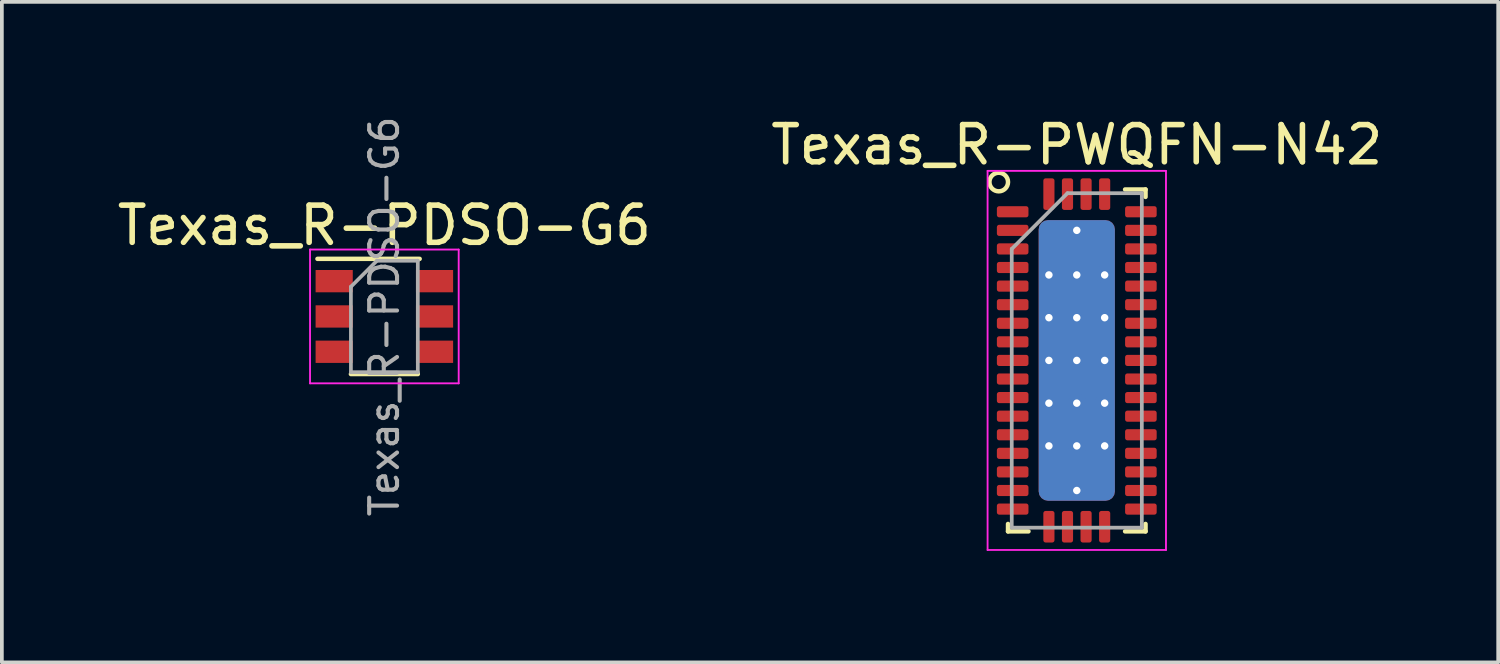
<source format=kicad_pcb>
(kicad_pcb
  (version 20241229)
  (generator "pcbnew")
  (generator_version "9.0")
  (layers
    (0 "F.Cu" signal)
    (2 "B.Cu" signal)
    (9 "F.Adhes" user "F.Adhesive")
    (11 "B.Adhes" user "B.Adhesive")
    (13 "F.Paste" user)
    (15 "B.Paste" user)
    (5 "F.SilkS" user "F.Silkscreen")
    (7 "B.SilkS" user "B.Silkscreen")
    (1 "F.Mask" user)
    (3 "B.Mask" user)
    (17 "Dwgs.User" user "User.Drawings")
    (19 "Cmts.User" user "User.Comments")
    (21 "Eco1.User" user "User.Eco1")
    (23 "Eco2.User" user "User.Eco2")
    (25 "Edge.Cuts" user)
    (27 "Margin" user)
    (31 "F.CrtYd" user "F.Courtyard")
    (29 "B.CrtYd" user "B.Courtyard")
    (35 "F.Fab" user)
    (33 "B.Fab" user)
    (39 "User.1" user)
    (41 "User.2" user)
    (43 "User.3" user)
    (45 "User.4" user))
  (footprint "Texas_R-PDSO-G6"
    (layer "F.Cu")
    (at 7.292 5.465)
    (property "Reference" "Texas_R-PDSO-G6" (at 0 -2.45 0) (layer "F.SilkS") (effects (font (size 1 1) (thickness 0.15))))
    (attr smd)
    (fp_line (start -0.9 1.55) (end 0.9 1.55) (stroke (width 0.12) (type solid)) (layer "F.SilkS"))
    (fp_line (start 0.95 -1.55) (end -1.8 -1.55) (stroke (width 0.12) (type solid)) (layer "F.SilkS"))
    (fp_line (start -2 -1.8) (end -2 1.8) (stroke (width 0.05) (type solid)) (layer "F.CrtYd"))
    (fp_line (start -2 1.8) (end 2 1.8) (stroke (width 0.05) (type solid)) (layer "F.CrtYd"))
    (fp_line (start 2 -1.8) (end -2 -1.8) (stroke (width 0.05) (type solid)) (layer "F.CrtYd"))
    (fp_line (start 2 1.8) (end 2 -1.8) (stroke (width 0.05) (type solid)) (layer "F.CrtYd"))
    (fp_line (start -0.9 -0.8) (end -0.9 1.5) (stroke (width 0.1) (type solid)) (layer "F.Fab"))
    (fp_line (start -0.2 -1.5) (end -0.9 -0.8) (stroke (width 0.1) (type solid)) (layer "F.Fab"))
    (fp_line (start 0.9 -1.5) (end -0.2 -1.5) (stroke (width 0.1) (type solid)) (layer "F.Fab"))
    (fp_line (start 0.9 -1.5) (end 0.9 1.5) (stroke (width 0.1) (type solid)) (layer "F.Fab"))
    (fp_line (start 0.9 1.5) (end -0.9 1.5) (stroke (width 0.1) (type solid)) (layer "F.Fab"))
    (fp_text user "${REFERENCE}" (at 0 0 90) (layer "F.Fab") (effects (font (size 0.75 0.75) (thickness 0.11))))
    (pad "1" smd rect (at -1.35 -0.95) (size 1 0.6) (layers "F.Cu" "F.Mask" "F.Paste"))
    (pad "2" smd rect (at -1.35 0) (size 1 0.6) (layers "F.Cu" "F.Mask" "F.Paste"))
    (pad "3" smd rect (at -1.35 0.95) (size 1 0.6) (layers "F.Cu" "F.Mask" "F.Paste"))
    (pad "4" smd rect (at 1.35 0.95) (size 1 0.6) (layers "F.Cu" "F.Mask" "F.Paste"))
    (pad "5" smd rect (at 1.35 0) (size 1 0.6) (layers "F.Cu" "F.Mask" "F.Paste"))
    (pad "6" smd rect (at 1.35 -0.95) (size 1 0.6) (layers "F.Cu" "F.Mask" "F.Paste")))
  (footprint "Texas_R-PWQFN-N42"
    (layer "F.Cu")
    (at 25.923 6.648)
    (property "Reference" "Texas_R-PWQFN-N42" (at 0 -5.8 0) (layer "F.SilkS") (effects (font (size 1 1) (thickness 0.15))))
    (attr through_hole)
    (fp_line (start -1.85 4.4) (end -1.85 4.6) (stroke (width 0.12) (type solid)) (layer "F.SilkS"))
    (fp_line (start -1.85 4.6) (end -1.3 4.6) (stroke (width 0.12) (type solid)) (layer "F.SilkS"))
    (fp_line (start 1.3 4.6) (end 1.85 4.6) (stroke (width 0.12) (type solid)) (layer "F.SilkS"))
    (fp_line (start 1.85 -4.6) (end 1.3 -4.6) (stroke (width 0.12) (type solid)) (layer "F.SilkS"))
    (fp_line (start 1.85 -4.6) (end 1.85 -4.4) (stroke (width 0.12) (type solid)) (layer "F.SilkS"))
    (fp_line (start 1.85 4.6) (end 1.85 4.4) (stroke (width 0.12) (type solid)) (layer "F.SilkS"))
    (fp_circle (center -2.1 -4.8) (end -1.85 -4.8) (stroke (width 0.12) (type solid)) (fill no) (layer "F.SilkS"))
    (fp_line (start -2.4 -5.1) (end -2.4 5.1) (stroke (width 0.05) (type solid)) (layer "F.CrtYd"))
    (fp_line (start -2.4 5.1) (end 2.4 5.1) (stroke (width 0.05) (type solid)) (layer "F.CrtYd"))
    (fp_line (start 2.4 -5.1) (end -2.4 -5.1) (stroke (width 0.05) (type solid)) (layer "F.CrtYd"))
    (fp_line (start 2.4 5.1) (end 2.4 -5.1) (stroke (width 0.05) (type solid)) (layer "F.CrtYd"))
    (fp_line (start -1.75 -3) (end -1.75 4.5) (stroke (width 0.1) (type solid)) (layer "F.Fab"))
    (fp_line (start -1.75 4.5) (end 1.75 4.5) (stroke (width 0.1) (type solid)) (layer "F.Fab"))
    (fp_line (start -0.25 -4.5) (end -1.75 -3) (stroke (width 0.1) (type solid)) (layer "F.Fab"))
    (fp_line (start 1.75 -4.5) (end -0.25 -4.5) (stroke (width 0.1) (type solid)) (layer "F.Fab"))
    (fp_line (start 1.75 4.5) (end 1.75 -4.5) (stroke (width 0.1) (type solid)) (layer "F.Fab"))
    (pad "" smd roundrect (at -0.56 -2.875) (size 0.92 0.95) (layers "F.Paste") (roundrect_rratio 0.25))
    (pad "" smd roundrect (at -0.56 -1.725) (size 0.92 0.95) (layers "F.Paste") (roundrect_rratio 0.25))
    (pad "" smd roundrect (at -0.56 -0.575) (size 0.92 0.95) (layers "F.Paste") (roundrect_rratio 0.25))
    (pad "" smd roundrect (at -0.56 0.575) (size 0.92 0.95) (layers "F.Paste") (roundrect_rratio 0.25))
    (pad "" smd roundrect (at -0.56 1.725) (size 0.92 0.95) (layers "F.Paste") (roundrect_rratio 0.25))
    (pad "" smd roundrect (at -0.56 2.875) (size 0.92 0.95) (layers "F.Paste") (roundrect_rratio 0.25))
    (pad "" smd roundrect (at 0.56 -2.875) (size 0.92 0.95) (layers "F.Paste") (roundrect_rratio 0.25))
    (pad "" smd roundrect (at 0.56 -1.725) (size 0.92 0.95) (layers "F.Paste") (roundrect_rratio 0.25))
    (pad "" smd roundrect (at 0.56 -0.575) (size 0.92 0.95) (layers "F.Paste") (roundrect_rratio 0.25))
    (pad "" smd roundrect (at 0.56 0.575) (size 0.92 0.95) (layers "F.Paste") (roundrect_rratio 0.25))
    (pad "" smd roundrect (at 0.56 1.725) (size 0.92 0.95) (layers "F.Paste") (roundrect_rratio 0.25))
    (pad "" smd roundrect (at 0.56 2.875) (size 0.92 0.95) (layers "F.Paste") (roundrect_rratio 0.25))
    (pad "1" smd roundrect (at -1.725 -4) (size 0.85 0.3) (layers "F.Cu" "F.Mask" "F.Paste") (roundrect_rratio 0.208))
    (pad "2" smd roundrect (at -1.725 -3.5) (size 0.85 0.3) (layers "F.Cu" "F.Mask" "F.Paste") (roundrect_rratio 0.208))
    (pad "3" smd roundrect (at -1.725 -3) (size 0.85 0.3) (layers "F.Cu" "F.Mask" "F.Paste") (roundrect_rratio 0.208))
    (pad "4" smd roundrect (at -1.725 -2.5) (size 0.85 0.3) (layers "F.Cu" "F.Mask" "F.Paste") (roundrect_rratio 0.208))
    (pad "5" smd roundrect (at -1.725 -2) (size 0.85 0.3) (layers "F.Cu" "F.Mask" "F.Paste") (roundrect_rratio 0.208))
    (pad "6" smd roundrect (at -1.725 -1.5) (size 0.85 0.3) (layers "F.Cu" "F.Mask" "F.Paste") (roundrect_rratio 0.208))
    (pad "7" smd roundrect (at -1.725 -1) (size 0.85 0.3) (layers "F.Cu" "F.Mask" "F.Paste") (roundrect_rratio 0.208))
    (pad "8" smd roundrect (at -1.725 -0.5) (size 0.85 0.3) (layers "F.Cu" "F.Mask" "F.Paste") (roundrect_rratio 0.208))
    (pad "9" smd roundrect (at -1.725 0) (size 0.85 0.3) (layers "F.Cu" "F.Mask" "F.Paste") (roundrect_rratio 0.208))
    (pad "10" smd roundrect (at -1.725 0.5) (size 0.85 0.3) (layers "F.Cu" "F.Mask" "F.Paste") (roundrect_rratio 0.208))
    (pad "11" smd roundrect (at -1.725 1) (size 0.85 0.3) (layers "F.Cu" "F.Mask" "F.Paste") (roundrect_rratio 0.208))
    (pad "12" smd roundrect (at -1.725 1.5) (size 0.85 0.3) (layers "F.Cu" "F.Mask" "F.Paste") (roundrect_rratio 0.208))
    (pad "13" smd roundrect (at -1.725 2) (size 0.85 0.3) (layers "F.Cu" "F.Mask" "F.Paste") (roundrect_rratio 0.208))
    (pad "14" smd roundrect (at -1.725 2.5) (size 0.85 0.3) (layers "F.Cu" "F.Mask" "F.Paste") (roundrect_rratio 0.208))
    (pad "15" smd roundrect (at -1.725 3) (size 0.85 0.3) (layers "F.Cu" "F.Mask" "F.Paste") (roundrect_rratio 0.208))
    (pad "16" smd roundrect (at -1.725 3.5) (size 0.85 0.3) (layers "F.Cu" "F.Mask" "F.Paste") (roundrect_rratio 0.208))
    (pad "17" smd roundrect (at -1.725 4) (size 0.85 0.3) (layers "F.Cu" "F.Mask" "F.Paste") (roundrect_rratio 0.208))
    (pad "18" smd roundrect (at -0.75 4.475) (size 0.3 0.85) (layers "F.Cu" "F.Mask" "F.Paste") (roundrect_rratio 0.208))
    (pad "19" smd roundrect (at -0.25 4.475) (size 0.3 0.85) (layers "F.Cu" "F.Mask" "F.Paste") (roundrect_rratio 0.208))
    (pad "20" smd roundrect (at 0.25 4.475) (size 0.3 0.85) (layers "F.Cu" "F.Mask" "F.Paste") (roundrect_rratio 0.208))
    (pad "21" smd roundrect (at 0.75 4.475) (size 0.3 0.85) (layers "F.Cu" "F.Mask" "F.Paste") (roundrect_rratio 0.208))
    (pad "22" smd roundrect (at 1.725 4) (size 0.85 0.3) (layers "F.Cu" "F.Mask" "F.Paste") (roundrect_rratio 0.208))
    (pad "23" smd roundrect (at 1.725 3.5) (size 0.85 0.3) (layers "F.Cu" "F.Mask" "F.Paste") (roundrect_rratio 0.208))
    (pad "24" smd roundrect (at 1.725 3) (size 0.85 0.3) (layers "F.Cu" "F.Mask" "F.Paste") (roundrect_rratio 0.208))
    (pad "25" smd roundrect (at 1.725 2.5) (size 0.85 0.3) (layers "F.Cu" "F.Mask" "F.Paste") (roundrect_rratio 0.208))
    (pad "26" smd roundrect (at 1.725 2) (size 0.85 0.3) (layers "F.Cu" "F.Mask" "F.Paste") (roundrect_rratio 0.208))
    (pad "27" smd roundrect (at 1.725 1.5) (size 0.85 0.3) (layers "F.Cu" "F.Mask" "F.Paste") (roundrect_rratio 0.208))
    (pad "28" smd roundrect (at 1.725 1) (size 0.85 0.3) (layers "F.Cu" "F.Mask" "F.Paste") (roundrect_rratio 0.208))
    (pad "29" smd roundrect (at 1.725 0.5) (size 0.85 0.3) (layers "F.Cu" "F.Mask" "F.Paste") (roundrect_rratio 0.208))
    (pad "30" smd roundrect (at 1.725 0) (size 0.85 0.3) (layers "F.Cu" "F.Mask" "F.Paste") (roundrect_rratio 0.208))
    (pad "31" smd roundrect (at 1.725 -0.5) (size 0.85 0.3) (layers "F.Cu" "F.Mask" "F.Paste") (roundrect_rratio 0.208))
    (pad "32" smd roundrect (at 1.725 -1) (size 0.85 0.3) (layers "F.Cu" "F.Mask" "F.Paste") (roundrect_rratio 0.208))
    (pad "33" smd roundrect (at 1.725 -1.5) (size 0.85 0.3) (layers "F.Cu" "F.Mask" "F.Paste") (roundrect_rratio 0.208))
    (pad "34" smd roundrect (at 1.725 -2) (size 0.85 0.3) (layers "F.Cu" "F.Mask" "F.Paste") (roundrect_rratio 0.208))
    (pad "35" smd roundrect (at 1.725 -2.5) (size 0.85 0.3) (layers "F.Cu" "F.Mask" "F.Paste") (roundrect_rratio 0.208))
    (pad "36" smd roundrect (at 1.725 -3) (size 0.85 0.3) (layers "F.Cu" "F.Mask" "F.Paste") (roundrect_rratio 0.208))
    (pad "37" smd roundrect (at 1.725 -3.5) (size 0.85 0.3) (layers "F.Cu" "F.Mask" "F.Paste") (roundrect_rratio 0.208))
    (pad "38" smd roundrect (at 1.725 -4) (size 0.85 0.3) (layers "F.Cu" "F.Mask" "F.Paste") (roundrect_rratio 0.208))
    (pad "39" smd roundrect (at 0.75 -4.475) (size 0.3 0.85) (layers "F.Cu" "F.Mask" "F.Paste") (roundrect_rratio 0.208))
    (pad "40" smd roundrect (at 0.25 -4.475) (size 0.3 0.85) (layers "F.Cu" "F.Mask" "F.Paste") (roundrect_rratio 0.208))
    (pad "41" smd roundrect (at -0.25 -4.475) (size 0.3 0.85) (layers "F.Cu" "F.Mask" "F.Paste") (roundrect_rratio 0.208))
    (pad "42" smd roundrect (at -0.75 -4.475) (size 0.3 0.85) (layers "F.Cu" "F.Mask" "F.Paste") (roundrect_rratio 0.208))
    (pad "43" thru_hole circle (at -0.75 -2.3) (size 0.5 0.5) (drill 0.2) (layers "*.Cu"))
    (pad "43" thru_hole circle (at -0.75 -1.15) (size 0.5 0.5) (drill 0.2) (layers "*.Cu"))
    (pad "43" thru_hole circle (at -0.75 0) (size 0.5 0.5) (drill 0.2) (layers "*.Cu"))
    (pad "43" thru_hole circle (at -0.75 1.15) (size 0.5 0.5) (drill 0.2) (layers "*.Cu"))
    (pad "43" thru_hole circle (at -0.75 2.3) (size 0.5 0.5) (drill 0.2) (layers "*.Cu"))
    (pad "43" thru_hole circle (at 0 -3.5) (size 0.5 0.5) (drill 0.2) (layers "*.Cu"))
    (pad "43" thru_hole circle (at 0 -2.3) (size 0.5 0.5) (drill 0.2) (layers "*.Cu"))
    (pad "43" thru_hole circle (at 0 -1.15) (size 0.5 0.5) (drill 0.2) (layers "*.Cu"))
    (pad "43" thru_hole circle (at 0 0) (size 0.5 0.5) (drill 0.2) (layers "*.Cu"))
    (pad "43" smd roundrect (at 0 0) (size 2.05 7.55) (layers "F.Cu" "F.Mask") (roundrect_rratio 0.122))
    (pad "43" smd roundrect (at 0 0) (size 2.05 7.55) (layers "B.Cu") (roundrect_rratio 0.122))
    (pad "43" thru_hole circle (at 0 1.15) (size 0.5 0.5) (drill 0.2) (layers "*.Cu"))
    (pad "43" thru_hole circle (at 0 2.3) (size 0.5 0.5) (drill 0.2) (layers "*.Cu"))
    (pad "43" thru_hole circle (at 0 3.5) (size 0.5 0.5) (drill 0.2) (layers "*.Cu"))
    (pad "43" thru_hole circle (at 0.75 -2.3) (size 0.5 0.5) (drill 0.2) (layers "*.Cu"))
    (pad "43" thru_hole circle (at 0.75 -1.15) (size 0.5 0.5) (drill 0.2) (layers "*.Cu"))
    (pad "43" thru_hole circle (at 0.75 0) (size 0.5 0.5) (drill 0.2) (layers "*.Cu"))
    (pad "43" thru_hole circle (at 0.75 1.15) (size 0.5 0.5) (drill 0.2) (layers "*.Cu"))
    (pad "43" thru_hole circle (at 0.75 2.3) (size 0.5 0.5) (drill 0.2) (layers "*.Cu")))
  (gr_rect
    (start -3 -3)
    (end 37.262 14.773)
    (stroke (width 0.1) (type default))
    (fill no)
    (layer "Edge.Cuts")))
</source>
